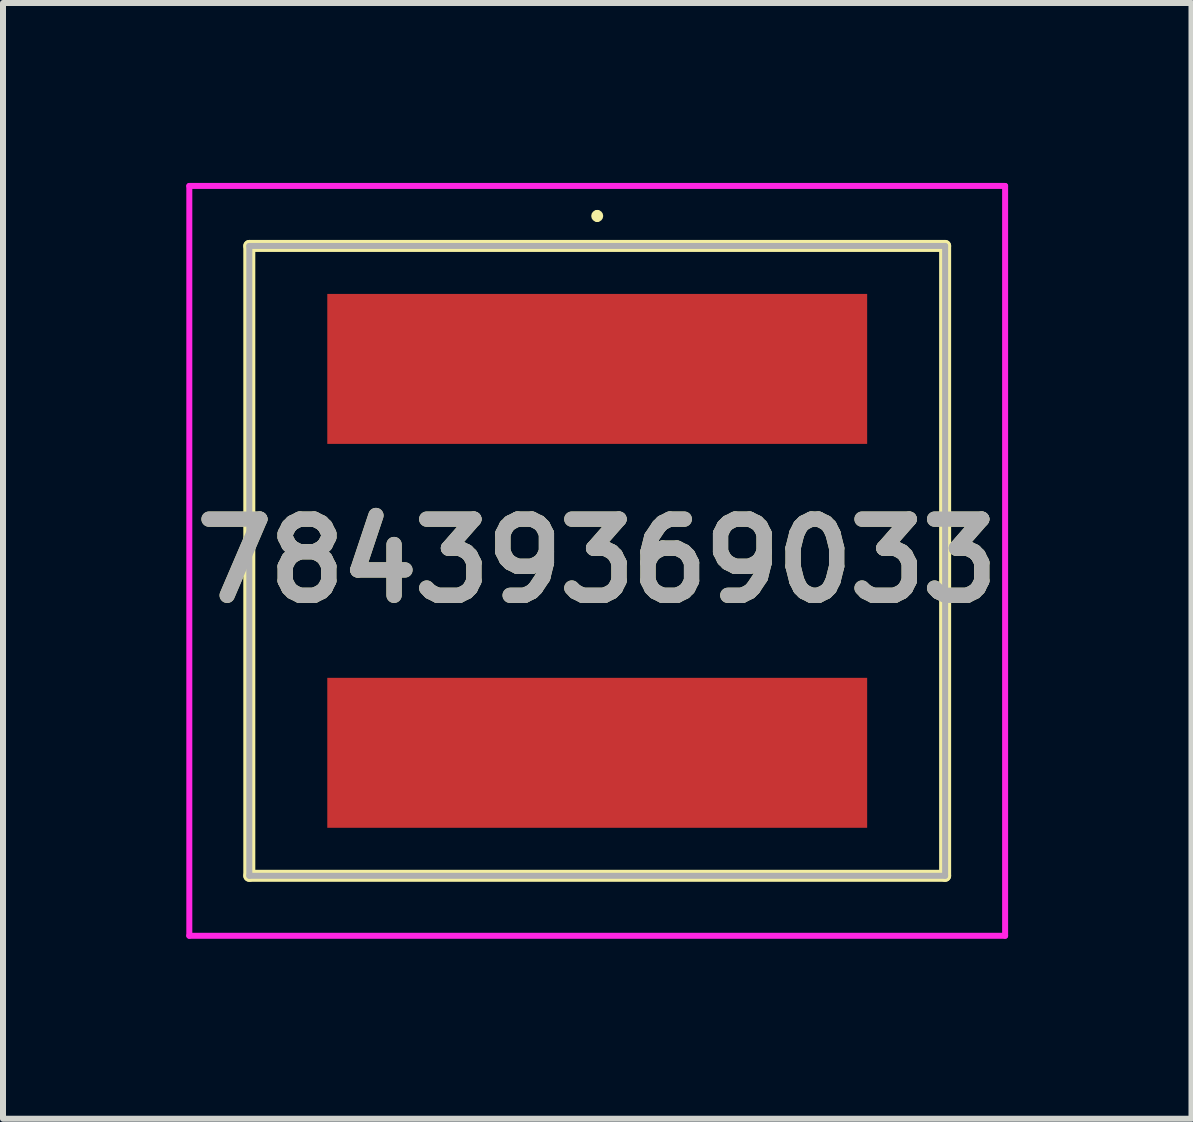
<source format=kicad_pcb>
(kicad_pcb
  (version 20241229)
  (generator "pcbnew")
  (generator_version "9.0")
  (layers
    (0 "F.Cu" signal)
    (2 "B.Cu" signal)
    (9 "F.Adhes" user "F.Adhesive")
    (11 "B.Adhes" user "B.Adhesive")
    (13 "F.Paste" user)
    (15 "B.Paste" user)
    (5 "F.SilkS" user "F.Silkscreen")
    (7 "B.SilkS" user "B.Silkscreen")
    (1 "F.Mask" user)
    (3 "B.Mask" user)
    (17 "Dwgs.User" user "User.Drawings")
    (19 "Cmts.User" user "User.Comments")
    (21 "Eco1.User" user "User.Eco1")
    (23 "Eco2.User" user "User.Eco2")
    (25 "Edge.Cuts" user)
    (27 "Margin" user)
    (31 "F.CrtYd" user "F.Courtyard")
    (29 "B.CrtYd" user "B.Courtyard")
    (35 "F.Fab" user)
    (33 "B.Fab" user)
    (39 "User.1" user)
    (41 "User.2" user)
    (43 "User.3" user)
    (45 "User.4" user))
  (footprint "78439369033"
    (layer "F.Cu")
    (at 6.906 6.3)
    (property "Reference" "78439369033" (at 0 0 0) (layer "F.SilkS") (effects (font (size 1.27 1.27) (thickness 0.254))))
    (attr smd)
    (fp_line (start -5.8 -5.25) (end 5.8 -5.25) (stroke (width 0.2) (type solid)) (layer "F.SilkS"))
    (fp_line (start -5.8 5.25) (end -5.8 -5.25) (stroke (width 0.2) (type solid)) (layer "F.SilkS"))
    (fp_line (start 0 -5.8) (end 0 -5.8) (stroke (width 0.1) (type solid)) (layer "F.SilkS"))
    (fp_line (start 0 -5.7) (end 0 -5.7) (stroke (width 0.1) (type solid)) (layer "F.SilkS"))
    (fp_line (start 5.8 -5.25) (end 5.8 5.25) (stroke (width 0.2) (type solid)) (layer "F.SilkS"))
    (fp_line (start 5.8 5.25) (end -5.8 5.25) (stroke (width 0.2) (type solid)) (layer "F.SilkS"))
    (fp_arc (start 0 -5.8) (mid 0.05 -5.75) (end 0 -5.7) (stroke (width 0.1) (type solid)) (layer "F.SilkS"))
    (fp_arc (start 0 -5.7) (mid -0.05 -5.75) (end 0 -5.8) (stroke (width 0.1) (type solid)) (layer "F.SilkS"))
    (fp_line (start -6.8 -6.25) (end 6.8 -6.25) (stroke (width 0.1) (type solid)) (layer "F.CrtYd"))
    (fp_line (start -6.8 6.25) (end -6.8 -6.25) (stroke (width 0.1) (type solid)) (layer "F.CrtYd"))
    (fp_line (start 6.8 -6.25) (end 6.8 6.25) (stroke (width 0.1) (type solid)) (layer "F.CrtYd"))
    (fp_line (start 6.8 6.25) (end -6.8 6.25) (stroke (width 0.1) (type solid)) (layer "F.CrtYd"))
    (fp_line (start -5.8 -5.25) (end 5.8 -5.25) (stroke (width 0.1) (type solid)) (layer "F.Fab"))
    (fp_line (start -5.8 5.25) (end -5.8 -5.25) (stroke (width 0.1) (type solid)) (layer "F.Fab"))
    (fp_line (start 5.8 -5.25) (end 5.8 5.25) (stroke (width 0.1) (type solid)) (layer "F.Fab"))
    (fp_line (start 5.8 5.25) (end -5.8 5.25) (stroke (width 0.1) (type solid)) (layer "F.Fab"))
    (fp_text user "${REFERENCE}" (at 0 0 0) (layer "F.Fab") (effects (font (size 1.27 1.27) (thickness 0.254))))
    (pad "1" smd rect (at 0 -3.2 90) (size 2.5 9) (layers "F.Cu" "F.Mask" "F.Paste"))
    (pad "2" smd rect (at 0 3.2 90) (size 2.5 9) (layers "F.Cu" "F.Mask" "F.Paste")))
  (gr_rect
    (start -3 -3)
    (end 16.813 15.6)
    (stroke (width 0.1) (type default))
    (fill no)
    (layer "Edge.Cuts")))
</source>
